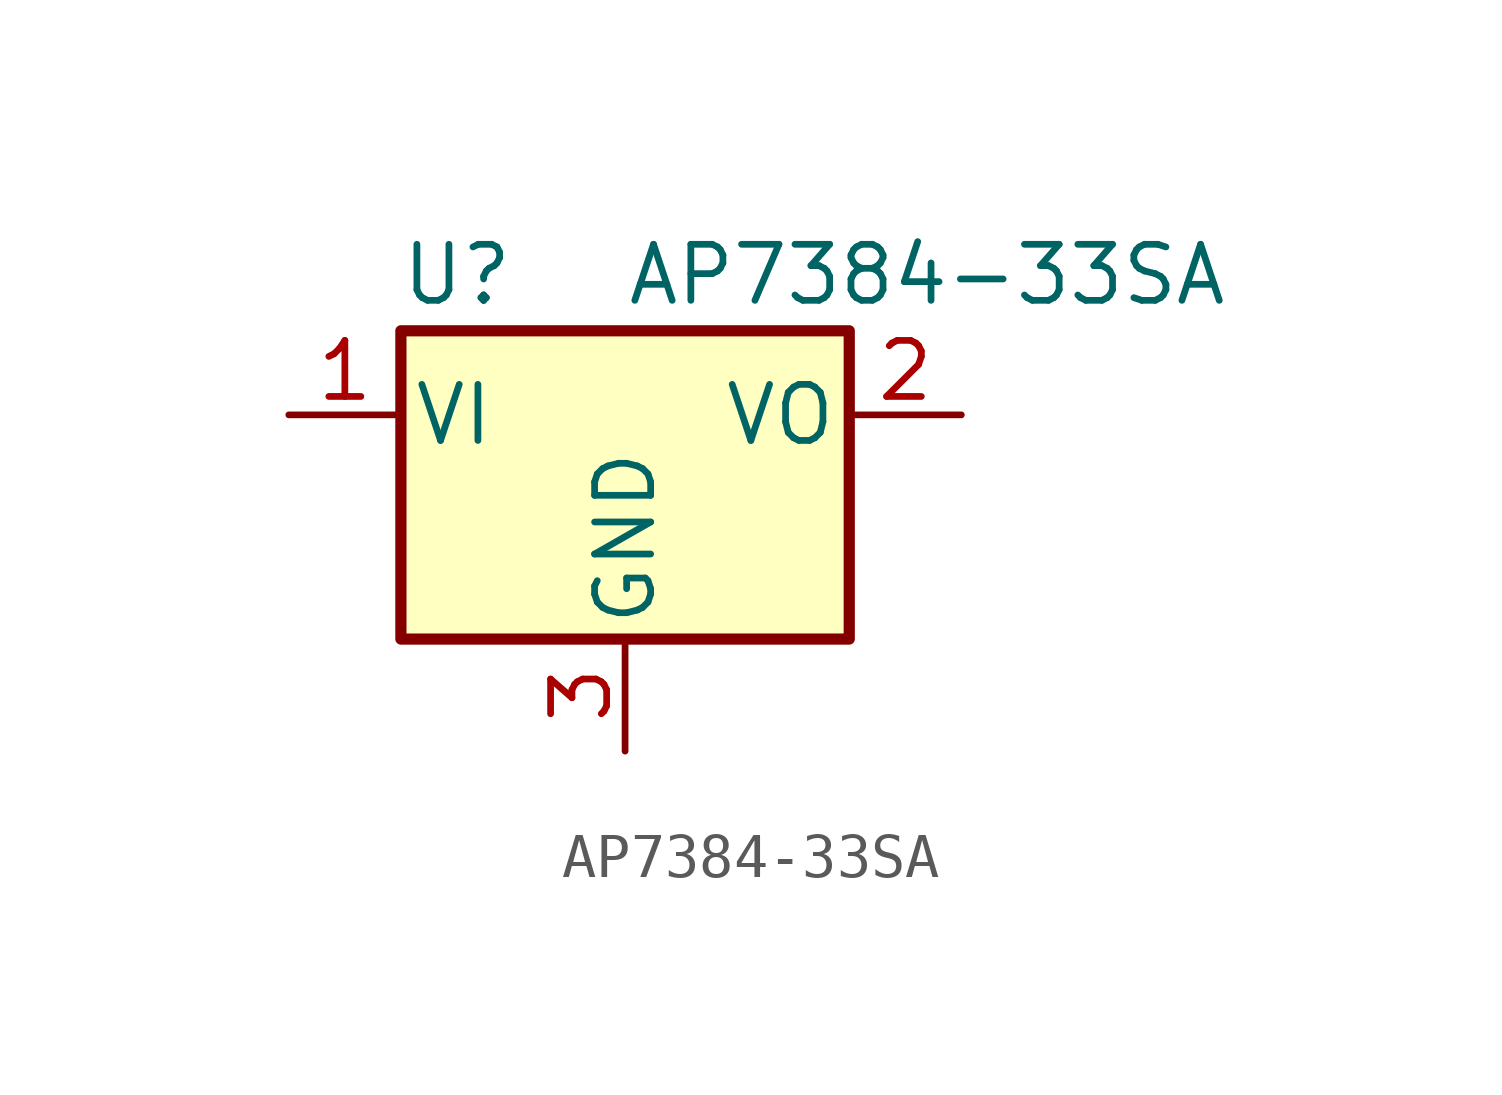
<source format=kicad_sym>
(kicad_symbol_lib
  (version 20220914)
  (generator kicad_symbol_editor)
  (symbol "AP7384-33SA"
    (pin_names
      (offset 0.254))
    (property "Reference" "U"
      (at -3.81 3.175 0)
      (effects (font (size 1.27 1.27))))
    (property "Value" "AP7384-33SA"
      (at 0 3.175 0)
      (effects (font (size 1.27 1.27)) (justify left)))
    (symbol "AP7384-33SA_0_1"
      (rectangle (start -5.08 1.905) (end 5.08 -5.08) (stroke (width 0.254) (type default)) (fill (type background))))
    (symbol "AP7384-33SA_1_1"
      (pin power_in line (at -7.62 0 0) (length 2.54) (name "VI" (effects (font (size 1.27 1.27)))) (number "1" (effects (font (size 1.27 1.27)))))
      (pin power_out line (at 7.62 0 180) (length 2.54) (name "VO" (effects (font (size 1.27 1.27)))) (number "2" (effects (font (size 1.27 1.27)))))
      (pin power_in line (at 0 -7.62 90) (length 2.54) (name "GND" (effects (font (size 1.27 1.27)))) (number "3" (effects (font (size 1.27 1.27))))))))
</source>
